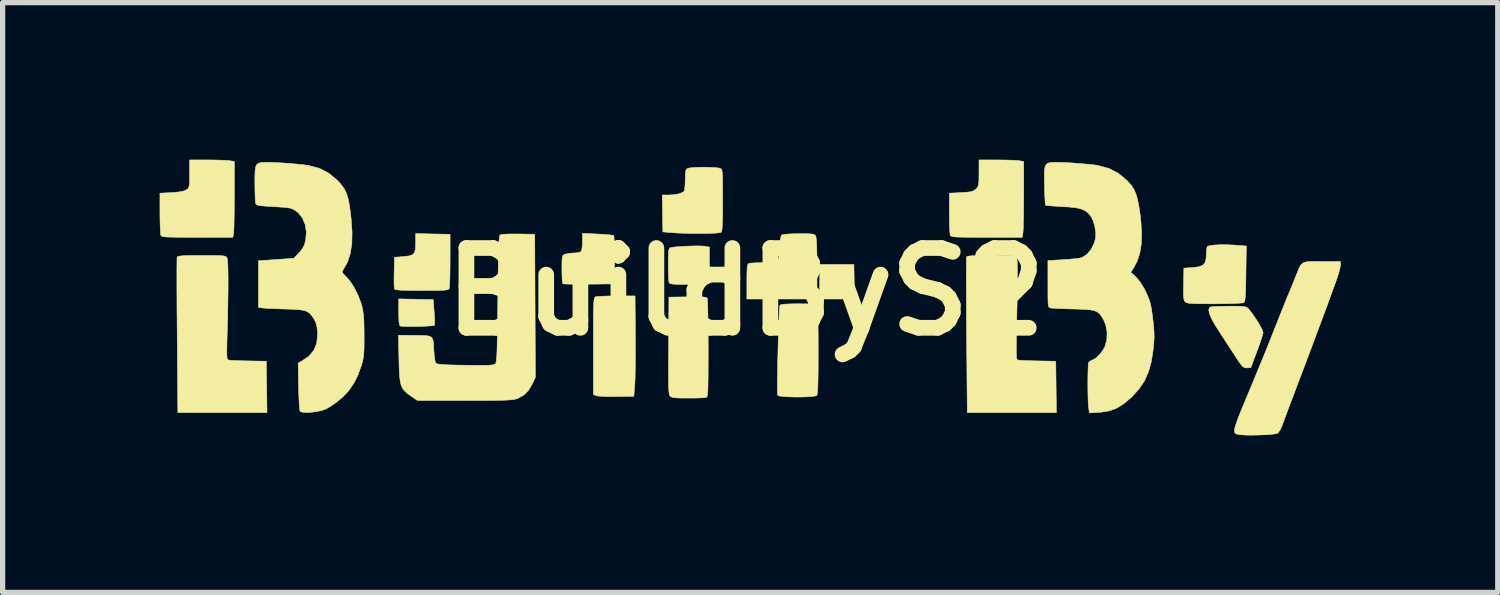
<source format=kicad_pcb>
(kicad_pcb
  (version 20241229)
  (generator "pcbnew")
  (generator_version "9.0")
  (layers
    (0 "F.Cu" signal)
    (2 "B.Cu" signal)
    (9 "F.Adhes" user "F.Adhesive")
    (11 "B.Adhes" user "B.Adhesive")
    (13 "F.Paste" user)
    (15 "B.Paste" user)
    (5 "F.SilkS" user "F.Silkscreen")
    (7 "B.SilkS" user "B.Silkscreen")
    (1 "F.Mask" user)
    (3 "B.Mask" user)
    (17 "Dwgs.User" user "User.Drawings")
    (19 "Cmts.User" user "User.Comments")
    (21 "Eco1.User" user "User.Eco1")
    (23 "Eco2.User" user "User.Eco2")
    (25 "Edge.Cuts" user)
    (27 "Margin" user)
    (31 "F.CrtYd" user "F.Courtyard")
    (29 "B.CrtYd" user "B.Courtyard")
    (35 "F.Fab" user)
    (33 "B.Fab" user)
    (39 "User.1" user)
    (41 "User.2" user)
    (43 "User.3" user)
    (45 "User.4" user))
  (footprint "BuildByS2"
    (layer "F.Cu")
    (at 11.193 2.522)
    (property "Reference" "BuildByS2" (at 0 0 0) (layer "F.SilkS") (effects (font (size 1.524 1.524) (thickness 0.3))))
    (attr through_hole)
    (fp_poly (pts (xy 2.079 0.139) (xy 1.407 0.139) (xy 1.414 -0.191) (xy 1.42 -0.52) (xy 2.067 -0.52) (xy 2.079 0.139)) (stroke (width 0.01) (type solid)) (fill yes) (layer "F.SilkS"))
    (fp_poly (pts (xy -6.298 0.144) (xy -5.969 0.15) (xy -5.95 0.389) (xy -5.943 0.489) (xy -5.941 0.572) (xy -5.942 0.627) (xy -5.946 0.643) (xy -5.974 0.649) (xy -6.037 0.654) (xy -6.126 0.659) (xy -6.229 0.662) (xy -6.337 0.664) (xy -6.438 0.664) (xy -6.523 0.662) (xy -6.581 0.659) (xy -6.598 0.655) (xy -6.612 0.632) (xy -6.622 0.575) (xy -6.626 0.479) (xy -6.627 0.39) (xy -6.627 0.137) (xy -6.298 0.144)) (stroke (width 0.01) (type solid)) (fill yes) (layer "F.SilkS"))
    (fp_poly (pts (xy -2.107 0.82) (xy -2.106 1.012) (xy -2.107 1.2) (xy -2.108 1.377) (xy -2.11 1.533) (xy -2.113 1.662) (xy -2.117 1.755) (xy -2.119 1.778) (xy -2.136 1.997) (xy -2.471 2.002) (xy -2.595 2.002) (xy -2.705 2) (xy -2.793 1.995) (xy -2.848 1.988) (xy -2.857 1.985) (xy -2.909 1.964) (xy -2.909 1.039) (xy -2.909 0.807) (xy -2.909 0.618) (xy -2.908 0.466) (xy -2.906 0.347) (xy -2.904 0.257) (xy -2.9 0.193) (xy -2.895 0.149) (xy -2.889 0.121) (xy -2.88 0.106) (xy -2.871 0.098) (xy -2.869 0.097) (xy -2.833 0.092) (xy -2.759 0.087) (xy -2.658 0.083) (xy -2.537 0.081) (xy -2.471 0.081) (xy -2.113 0.081) (xy -2.107 0.82)) (stroke (width 0.01) (type solid)) (fill yes) (layer "F.SilkS"))
    (fp_poly (pts (xy -5.975 -1.103) (xy -5.646 -1.097) (xy -5.646 -0.6) (xy -5.647 -0.451) (xy -5.649 -0.317) (xy -5.652 -0.203) (xy -5.656 -0.119) (xy -5.661 -0.07) (xy -5.663 -0.064) (xy -5.671 -0.05) (xy -5.69 -0.04) (xy -5.723 -0.033) (xy -5.777 -0.028) (xy -5.859 -0.025) (xy -5.972 -0.024) (xy -6.124 -0.023) (xy -6.188 -0.023) (xy -6.363 -0.024) (xy -6.496 -0.026) (xy -6.592 -0.029) (xy -6.656 -0.035) (xy -6.694 -0.042) (xy -6.709 -0.052) (xy -6.709 -0.053) (xy -6.713 -0.087) (xy -6.716 -0.157) (xy -6.716 -0.253) (xy -6.715 -0.365) (xy -6.714 -0.371) (xy -6.708 -0.658) (xy -6.537 -0.671) (xy -6.434 -0.683) (xy -6.367 -0.704) (xy -6.328 -0.744) (xy -6.309 -0.811) (xy -6.304 -0.914) (xy -6.304 -0.94) (xy -6.304 -1.11) (xy -5.975 -1.103)) (stroke (width 0.01) (type solid)) (fill yes) (layer "F.SilkS"))
    (fp_poly (pts (xy -0.809 -0.872) (xy -0.778 -0.868) (xy -0.693 -0.852) (xy -0.693 -0.509) (xy -0.693 -0.374) (xy -0.696 -0.278) (xy -0.701 -0.215) (xy -0.709 -0.177) (xy -0.721 -0.158) (xy -0.729 -0.153) (xy -0.764 -0.148) (xy -0.837 -0.143) (xy -0.937 -0.14) (xy -1.055 -0.139) (xy -1.108 -0.139) (xy -1.243 -0.139) (xy -1.339 -0.142) (xy -1.402 -0.147) (xy -1.44 -0.155) (xy -1.459 -0.167) (xy -1.464 -0.175) (xy -1.469 -0.211) (xy -1.473 -0.283) (xy -1.476 -0.382) (xy -1.478 -0.497) (xy -1.478 -0.519) (xy -1.477 -0.646) (xy -1.474 -0.734) (xy -1.469 -0.791) (xy -1.459 -0.823) (xy -1.445 -0.838) (xy -1.44 -0.841) (xy -1.395 -0.85) (xy -1.315 -0.858) (xy -1.213 -0.865) (xy -1.099 -0.871) (xy -0.986 -0.874) (xy -0.885 -0.874) (xy -0.809 -0.872)) (stroke (width 0.01) (type solid)) (fill yes) (layer "F.SilkS"))
    (fp_poly (pts (xy -2.826 -1.102) (xy -2.715 -1.095) (xy -2.62 -1.088) (xy -2.553 -1.081) (xy -2.521 -1.074) (xy -2.52 -1.073) (xy -2.516 -1.047) (xy -2.512 -0.981) (xy -2.508 -0.884) (xy -2.506 -0.762) (xy -2.505 -0.624) (xy -2.505 -0.604) (xy -2.505 -0.15) (xy -2.992 -0.144) (xy -3.137 -0.143) (xy -3.267 -0.143) (xy -3.374 -0.145) (xy -3.45 -0.148) (xy -3.49 -0.152) (xy -3.494 -0.153) (xy -3.5 -0.182) (xy -3.505 -0.246) (xy -3.509 -0.337) (xy -3.51 -0.432) (xy -3.509 -0.545) (xy -3.507 -0.62) (xy -3.501 -0.667) (xy -3.49 -0.693) (xy -3.472 -0.708) (xy -3.451 -0.716) (xy -3.391 -0.73) (xy -3.311 -0.738) (xy -3.282 -0.739) (xy -3.211 -0.744) (xy -3.158 -0.758) (xy -3.145 -0.767) (xy -3.13 -0.805) (xy -3.12 -0.877) (xy -3.117 -0.955) (xy -3.117 -1.115) (xy -2.826 -1.102)) (stroke (width 0.01) (type solid)) (fill yes) (layer "F.SilkS"))
    (fp_poly (pts (xy 1.143 -1.108) (xy 1.227 -1.105) (xy 1.281 -1.1) (xy 1.313 -1.09) (xy 1.331 -1.075) (xy 1.338 -1.064) (xy 1.346 -1.026) (xy 1.353 -0.946) (xy 1.358 -0.828) (xy 1.361 -0.676) (xy 1.362 -0.494) (xy 1.362 -0.44) (xy 1.362 0.139) (xy 0.023 0.139) (xy 0.023 -0.194) (xy 0.024 -0.327) (xy 0.026 -0.421) (xy 0.031 -0.482) (xy 0.04 -0.518) (xy 0.052 -0.536) (xy 0.06 -0.54) (xy 0.097 -0.546) (xy 0.169 -0.551) (xy 0.264 -0.554) (xy 0.331 -0.555) (xy 0.434 -0.557) (xy 0.521 -0.562) (xy 0.581 -0.571) (xy 0.6 -0.577) (xy 0.618 -0.602) (xy 0.632 -0.656) (xy 0.642 -0.745) (xy 0.647 -0.832) (xy 0.656 -0.95) (xy 0.667 -1.029) (xy 0.682 -1.073) (xy 0.693 -1.086) (xy 0.728 -1.094) (xy 0.8 -1.101) (xy 0.897 -1.106) (xy 1.01 -1.108) (xy 1.021 -1.108) (xy 1.143 -1.108)) (stroke (width 0.01) (type solid)) (fill yes) (layer "F.SilkS"))
    (fp_poly (pts (xy -10.281 -2.517) (xy -10.153 -2.516) (xy -10.033 -2.513) (xy -9.935 -2.509) (xy -9.868 -2.504) (xy -9.854 -2.502) (xy -9.767 -2.488) (xy -9.767 -1.836) (xy -9.768 -1.663) (xy -9.769 -1.502) (xy -9.772 -1.36) (xy -9.774 -1.244) (xy -9.778 -1.159) (xy -9.782 -1.113) (xy -9.782 -1.111) (xy -9.796 -1.039) (xy -10.475 -1.039) (xy -10.671 -1.039) (xy -10.826 -1.04) (xy -10.944 -1.042) (xy -11.031 -1.044) (xy -11.092 -1.048) (xy -11.131 -1.054) (xy -11.155 -1.062) (xy -11.167 -1.072) (xy -11.171 -1.079) (xy -11.177 -1.115) (xy -11.181 -1.189) (xy -11.185 -1.291) (xy -11.187 -1.413) (xy -11.188 -1.501) (xy -11.188 -1.882) (xy -10.967 -1.893) (xy -10.839 -1.904) (xy -10.749 -1.919) (xy -10.69 -1.942) (xy -10.684 -1.946) (xy -10.657 -1.965) (xy -10.64 -1.987) (xy -10.629 -2.02) (xy -10.624 -2.073) (xy -10.622 -2.157) (xy -10.622 -2.252) (xy -10.622 -2.517) (xy -10.281 -2.517)) (stroke (width 0.01) (type solid)) (fill yes) (layer "F.SilkS"))
    (fp_poly (pts (xy 9.192 -0.897) (xy 9.325 -0.891) (xy 9.339 -0.89) (xy 9.563 -0.873) (xy 9.555 -0.343) (xy 9.553 -0.169) (xy 9.549 -0.035) (xy 9.545 0.063) (xy 9.539 0.132) (xy 9.532 0.175) (xy 9.522 0.2) (xy 9.513 0.208) (xy 9.481 0.215) (xy 9.409 0.22) (xy 9.306 0.225) (xy 9.177 0.228) (xy 9.03 0.23) (xy 8.955 0.231) (xy 8.783 0.23) (xy 8.651 0.229) (xy 8.553 0.226) (xy 8.485 0.222) (xy 8.439 0.215) (xy 8.411 0.205) (xy 8.395 0.194) (xy 8.379 0.171) (xy 8.369 0.135) (xy 8.364 0.077) (xy 8.362 -0.011) (xy 8.364 -0.137) (xy 8.364 -0.147) (xy 8.37 -0.45) (xy 8.54 -0.462) (xy 8.654 -0.476) (xy 8.729 -0.504) (xy 8.773 -0.553) (xy 8.794 -0.631) (xy 8.798 -0.717) (xy 8.802 -0.792) (xy 8.812 -0.847) (xy 8.822 -0.867) (xy 8.871 -0.882) (xy 8.955 -0.892) (xy 9.066 -0.897) (xy 9.192 -0.897)) (stroke (width 0.01) (type solid)) (fill yes) (layer "F.SilkS"))
    (fp_poly (pts (xy -0.859 0.097) (xy -0.79 0.102) (xy -0.75 0.111) (xy -0.735 0.121) (xy -0.731 0.149) (xy -0.727 0.219) (xy -0.724 0.325) (xy -0.721 0.462) (xy -0.719 0.625) (xy -0.717 0.808) (xy -0.716 1.008) (xy -0.716 1.077) (xy -0.716 1.31) (xy -0.717 1.502) (xy -0.718 1.655) (xy -0.72 1.775) (xy -0.722 1.865) (xy -0.726 1.93) (xy -0.731 1.973) (xy -0.738 2) (xy -0.746 2.014) (xy -0.752 2.018) (xy -0.788 2.023) (xy -0.86 2.028) (xy -0.959 2.031) (xy -1.074 2.032) (xy -1.097 2.032) (xy -1.228 2.031) (xy -1.321 2.028) (xy -1.382 2.021) (xy -1.421 2.01) (xy -1.442 1.995) (xy -1.451 1.982) (xy -1.458 1.959) (xy -1.464 1.923) (xy -1.469 1.868) (xy -1.472 1.792) (xy -1.474 1.688) (xy -1.474 1.554) (xy -1.474 1.385) (xy -1.473 1.177) (xy -1.472 1.031) (xy -1.466 0.104) (xy -1.11 0.098) (xy -0.964 0.096) (xy -0.859 0.097)) (stroke (width 0.01) (type solid)) (fill yes) (layer "F.SilkS"))
    (fp_poly (pts (xy 4.695 -0.687) (xy 5.16 -0.681) (xy 5.181 -0.621) (xy 5.186 -0.582) (xy 5.189 -0.501) (xy 5.19 -0.381) (xy 5.19 -0.225) (xy 5.189 -0.037) (xy 5.185 0.179) (xy 5.181 0.367) (xy 5.176 0.598) (xy 5.172 0.788) (xy 5.17 0.939) (xy 5.169 1.057) (xy 5.169 1.146) (xy 5.171 1.211) (xy 5.174 1.254) (xy 5.18 1.281) (xy 5.187 1.296) (xy 5.197 1.303) (xy 5.207 1.306) (xy 5.246 1.31) (xy 5.321 1.314) (xy 5.424 1.318) (xy 5.543 1.321) (xy 5.588 1.322) (xy 5.923 1.328) (xy 5.935 2.309) (xy 4.233 2.309) (xy 4.22 0.839) (xy 4.218 0.582) (xy 4.216 0.338) (xy 4.215 0.112) (xy 4.215 -0.093) (xy 4.214 -0.273) (xy 4.215 -0.424) (xy 4.215 -0.541) (xy 4.217 -0.621) (xy 4.219 -0.66) (xy 4.219 -0.663) (xy 4.232 -0.673) (xy 4.264 -0.681) (xy 4.321 -0.686) (xy 4.409 -0.689) (xy 4.532 -0.689) (xy 4.695 -0.687)) (stroke (width 0.01) (type solid)) (fill yes) (layer "F.SilkS"))
    (fp_poly (pts (xy 4.797 -2.517) (xy 4.926 -2.516) (xy 5.045 -2.513) (xy 5.144 -2.509) (xy 5.211 -2.504) (xy 5.224 -2.502) (xy 5.311 -2.488) (xy 5.311 -1.85) (xy 5.31 -1.678) (xy 5.309 -1.518) (xy 5.306 -1.375) (xy 5.303 -1.258) (xy 5.3 -1.172) (xy 5.296 -1.126) (xy 5.296 -1.126) (xy 5.282 -1.039) (xy 4.603 -1.039) (xy 4.407 -1.039) (xy 4.253 -1.04) (xy 4.134 -1.042) (xy 4.047 -1.044) (xy 3.987 -1.048) (xy 3.947 -1.054) (xy 3.924 -1.062) (xy 3.911 -1.072) (xy 3.907 -1.079) (xy 3.902 -1.115) (xy 3.897 -1.189) (xy 3.893 -1.291) (xy 3.891 -1.413) (xy 3.891 -1.501) (xy 3.891 -1.882) (xy 4.114 -1.893) (xy 4.221 -1.9) (xy 4.294 -1.909) (xy 4.342 -1.923) (xy 4.378 -1.944) (xy 4.397 -1.961) (xy 4.423 -1.988) (xy 4.44 -2.017) (xy 4.45 -2.058) (xy 4.455 -2.121) (xy 4.456 -2.216) (xy 4.457 -2.267) (xy 4.457 -2.517) (xy 4.797 -2.517)) (stroke (width 0.01) (type solid)) (fill yes) (layer "F.SilkS"))
    (fp_poly (pts (xy -0.686 -2.376) (xy -0.589 -2.371) (xy -0.517 -2.363) (xy -0.483 -2.354) (xy -0.47 -2.345) (xy -0.459 -2.329) (xy -0.451 -2.301) (xy -0.446 -2.256) (xy -0.442 -2.189) (xy -0.44 -2.092) (xy -0.439 -1.962) (xy -0.439 -1.793) (xy -0.439 -1.747) (xy -0.439 -1.549) (xy -0.442 -1.394) (xy -0.446 -1.278) (xy -0.451 -1.199) (xy -0.459 -1.152) (xy -0.466 -1.136) (xy -0.498 -1.127) (xy -0.568 -1.12) (xy -0.667 -1.115) (xy -0.789 -1.112) (xy -0.925 -1.112) (xy -1.066 -1.113) (xy -1.205 -1.117) (xy -1.334 -1.123) (xy -1.432 -1.13) (xy -1.582 -1.143) (xy -1.588 -1.495) (xy -1.594 -1.847) (xy -1.472 -1.847) (xy -1.362 -1.854) (xy -1.267 -1.872) (xy -1.199 -1.9) (xy -1.174 -1.922) (xy -1.165 -1.958) (xy -1.159 -2.026) (xy -1.155 -2.115) (xy -1.155 -2.141) (xy -1.153 -2.237) (xy -1.148 -2.297) (xy -1.135 -2.332) (xy -1.115 -2.352) (xy -1.11 -2.354) (xy -1.07 -2.364) (xy -0.995 -2.372) (xy -0.896 -2.377) (xy -0.797 -2.378) (xy -0.686 -2.376)) (stroke (width 0.01) (type solid)) (fill yes) (layer "F.SilkS"))
    (fp_poly (pts (xy 9.366 0.277) (xy 9.456 0.279) (xy 9.517 0.284) (xy 9.556 0.292) (xy 9.582 0.306) (xy 9.604 0.327) (xy 9.612 0.336) (xy 9.666 0.404) (xy 9.725 0.489) (xy 9.783 0.578) (xy 9.833 0.663) (xy 9.868 0.732) (xy 9.883 0.776) (xy 9.883 0.778) (xy 9.875 0.817) (xy 9.853 0.89) (xy 9.821 0.987) (xy 9.781 1.098) (xy 9.767 1.134) (xy 9.726 1.244) (xy 9.691 1.337) (xy 9.666 1.407) (xy 9.653 1.443) (xy 9.652 1.447) (xy 9.632 1.452) (xy 9.582 1.455) (xy 9.574 1.455) (xy 9.541 1.453) (xy 9.512 1.442) (xy 9.482 1.417) (xy 9.446 1.372) (xy 9.396 1.3) (xy 9.328 1.195) (xy 9.256 1.084) (xy 9.185 0.975) (xy 9.122 0.879) (xy 9.076 0.809) (xy 9.076 0.808) (xy 8.972 0.646) (xy 8.9 0.517) (xy 8.858 0.417) (xy 8.845 0.347) (xy 8.861 0.304) (xy 8.88 0.291) (xy 8.916 0.286) (xy 8.988 0.282) (xy 9.087 0.279) (xy 9.204 0.277) (xy 9.238 0.277) (xy 9.366 0.277)) (stroke (width 0.01) (type solid)) (fill yes) (layer "F.SilkS"))
    (fp_poly (pts (xy -10.232 -0.692) (xy -10.115 -0.691) (xy -10.032 -0.689) (xy -9.976 -0.684) (xy -9.941 -0.677) (xy -9.921 -0.666) (xy -9.909 -0.652) (xy -9.907 -0.648) (xy -9.898 -0.607) (xy -9.892 -0.522) (xy -9.888 -0.396) (xy -9.886 -0.23) (xy -9.887 -0.027) (xy -9.89 0.21) (xy -9.895 0.481) (xy -9.903 0.78) (xy -9.908 0.947) (xy -9.91 1.074) (xy -9.911 1.165) (xy -9.909 1.228) (xy -9.905 1.268) (xy -9.897 1.29) (xy -9.886 1.301) (xy -9.871 1.306) (xy -9.832 1.31) (xy -9.757 1.314) (xy -9.655 1.318) (xy -9.535 1.321) (xy -9.49 1.322) (xy -9.156 1.328) (xy -9.149 1.818) (xy -9.143 2.309) (xy -10.846 2.309) (xy -10.858 0.839) (xy -10.86 0.582) (xy -10.862 0.338) (xy -10.863 0.112) (xy -10.864 -0.093) (xy -10.864 -0.273) (xy -10.864 -0.423) (xy -10.863 -0.541) (xy -10.862 -0.621) (xy -10.86 -0.659) (xy -10.86 -0.662) (xy -10.846 -0.673) (xy -10.81 -0.681) (xy -10.747 -0.687) (xy -10.652 -0.691) (xy -10.52 -0.692) (xy -10.389 -0.693) (xy -10.232 -0.692)) (stroke (width 0.01) (type solid)) (fill yes) (layer "F.SilkS"))
    (fp_poly (pts (xy 1.15 0.232) (xy 1.246 0.234) (xy 1.31 0.239) (xy 1.347 0.247) (xy 1.366 0.259) (xy 1.371 0.267) (xy 1.375 0.298) (xy 1.378 0.37) (xy 1.38 0.477) (xy 1.382 0.613) (xy 1.384 0.774) (xy 1.385 0.954) (xy 1.385 1.129) (xy 1.385 1.364) (xy 1.384 1.556) (xy 1.381 1.708) (xy 1.378 1.823) (xy 1.373 1.905) (xy 1.366 1.956) (xy 1.359 1.98) (xy 1.358 1.981) (xy 1.324 1.993) (xy 1.255 2.002) (xy 1.161 2.008) (xy 1.052 2.011) (xy 0.937 2.011) (xy 0.826 2.008) (xy 0.729 2.002) (xy 0.656 1.993) (xy 0.615 1.982) (xy 0.61 1.977) (xy 0.607 1.946) (xy 0.606 1.874) (xy 0.606 1.77) (xy 0.607 1.639) (xy 0.609 1.488) (xy 0.612 1.323) (xy 0.617 1.151) (xy 0.621 0.977) (xy 0.626 0.809) (xy 0.632 0.652) (xy 0.637 0.513) (xy 0.642 0.398) (xy 0.648 0.314) (xy 0.652 0.267) (xy 0.654 0.26) (xy 0.677 0.247) (xy 0.73 0.239) (xy 0.819 0.234) (xy 0.947 0.231) (xy 1.015 0.231) (xy 1.15 0.232)) (stroke (width 0.01) (type solid)) (fill yes) (layer "F.SilkS"))
    (fp_poly (pts (xy 11.003 -0.577) (xy 11.361 -0.577) (xy 11.36 -0.502) (xy 11.352 -0.451) (xy 11.331 -0.368) (xy 11.299 -0.267) (xy 11.266 -0.173) (xy 11.223 -0.057) (xy 11.181 0.057) (xy 11.146 0.155) (xy 11.127 0.208) (xy 11.095 0.295) (xy 11.055 0.402) (xy 11.016 0.507) (xy 11.016 0.508) (xy 10.978 0.609) (xy 10.931 0.732) (xy 10.884 0.858) (xy 10.864 0.912) (xy 10.819 1.034) (xy 10.769 1.167) (xy 10.712 1.318) (xy 10.646 1.494) (xy 10.567 1.702) (xy 10.512 1.847) (xy 10.466 1.971) (xy 10.414 2.106) (xy 10.367 2.23) (xy 10.355 2.263) (xy 10.316 2.367) (xy 10.278 2.469) (xy 10.248 2.552) (xy 10.242 2.569) (xy 10.209 2.639) (xy 10.172 2.691) (xy 10.154 2.705) (xy 10.112 2.715) (xy 10.034 2.725) (xy 9.931 2.732) (xy 9.815 2.737) (xy 9.695 2.739) (xy 9.583 2.739) (xy 9.49 2.735) (xy 9.433 2.729) (xy 9.396 2.722) (xy 9.367 2.714) (xy 9.347 2.7) (xy 9.337 2.676) (xy 9.337 2.639) (xy 9.348 2.585) (xy 9.372 2.509) (xy 9.409 2.408) (xy 9.46 2.278) (xy 9.527 2.116) (xy 9.61 1.917) (xy 9.663 1.79) (xy 9.753 1.573) (xy 9.832 1.381) (xy 9.906 1.201) (xy 9.98 1.018) (xy 10.06 0.816) (xy 10.127 0.647) (xy 10.187 0.496) (xy 10.245 0.352) (xy 10.296 0.224) (xy 10.339 0.118) (xy 10.37 0.043) (xy 10.378 0.023) (xy 10.414 -0.062) (xy 10.457 -0.168) (xy 10.5 -0.275) (xy 10.506 -0.289) (xy 10.547 -0.394) (xy 10.579 -0.47) (xy 10.612 -0.522) (xy 10.653 -0.554) (xy 10.709 -0.57) (xy 10.79 -0.577) (xy 10.904 -0.578) (xy 11.003 -0.577)) (stroke (width 0.01) (type solid)) (fill yes) (layer "F.SilkS"))
    (fp_poly (pts (xy -4.341 -1.103) (xy -4.029 -1.097) (xy -4.023 0.27) (xy -4.017 1.637) (xy -4.077 1.762) (xy -4.15 1.887) (xy -4.238 1.975) (xy -4.351 2.037) (xy -4.359 2.04) (xy -4.389 2.05) (xy -4.427 2.058) (xy -4.478 2.064) (xy -4.545 2.069) (xy -4.635 2.073) (xy -4.751 2.075) (xy -4.898 2.077) (xy -5.081 2.077) (xy -5.304 2.078) (xy -5.363 2.077) (xy -6.269 2.077) (xy -6.396 1.991) (xy -6.464 1.942) (xy -6.516 1.895) (xy -6.555 1.842) (xy -6.583 1.777) (xy -6.601 1.693) (xy -6.613 1.583) (xy -6.619 1.439) (xy -6.623 1.276) (xy -6.632 0.831) (xy -6.358 0.834) (xy -6.216 0.835) (xy -6.114 0.838) (xy -6.044 0.849) (xy -6.001 0.871) (xy -5.976 0.909) (xy -5.965 0.968) (xy -5.96 1.051) (xy -5.957 1.103) (xy -5.948 1.225) (xy -5.936 1.313) (xy -5.92 1.362) (xy -5.916 1.367) (xy -5.893 1.378) (xy -5.844 1.386) (xy -5.765 1.393) (xy -5.651 1.398) (xy -5.499 1.402) (xy -5.348 1.404) (xy -5.175 1.406) (xy -5.043 1.406) (xy -4.945 1.405) (xy -4.876 1.402) (xy -4.83 1.397) (xy -4.801 1.389) (xy -4.783 1.377) (xy -4.778 1.372) (xy -4.77 1.356) (xy -4.764 1.325) (xy -4.758 1.276) (xy -4.753 1.206) (xy -4.749 1.11) (xy -4.746 0.985) (xy -4.742 0.828) (xy -4.739 0.636) (xy -4.736 0.404) (xy -4.734 0.134) (xy -4.731 -0.136) (xy -4.728 -0.363) (xy -4.725 -0.552) (xy -4.722 -0.705) (xy -4.719 -0.826) (xy -4.715 -0.919) (xy -4.711 -0.987) (xy -4.705 -1.035) (xy -4.699 -1.065) (xy -4.692 -1.082) (xy -4.687 -1.086) (xy -4.652 -1.094) (xy -4.581 -1.1) (xy -4.483 -1.103) (xy -4.367 -1.103) (xy -4.341 -1.103)) (stroke (width 0.01) (type solid)) (fill yes) (layer "F.SilkS"))
    (fp_poly (pts (xy -9.006 -2.468) (xy -8.871 -2.461) (xy -8.723 -2.451) (xy -8.577 -2.438) (xy -8.447 -2.425) (xy -8.348 -2.412) (xy -8.347 -2.411) (xy -8.141 -2.356) (xy -7.957 -2.26) (xy -7.794 -2.123) (xy -7.776 -2.104) (xy -7.713 -2.03) (xy -7.664 -1.959) (xy -7.626 -1.88) (xy -7.596 -1.786) (xy -7.572 -1.669) (xy -7.551 -1.52) (xy -7.537 -1.399) (xy -7.518 -1.14) (xy -7.523 -0.917) (xy -7.553 -0.725) (xy -7.608 -0.56) (xy -7.688 -0.419) (xy -7.694 -0.411) (xy -7.706 -0.384) (xy -7.695 -0.354) (xy -7.656 -0.31) (xy -7.628 -0.284) (xy -7.551 -0.194) (xy -7.474 -0.071) (xy -7.403 0.071) (xy -7.346 0.221) (xy -7.329 0.279) (xy -7.313 0.354) (xy -7.301 0.441) (xy -7.293 0.551) (xy -7.289 0.692) (xy -7.288 0.831) (xy -7.288 0.984) (xy -7.29 1.099) (xy -7.295 1.188) (xy -7.303 1.26) (xy -7.316 1.325) (xy -7.335 1.392) (xy -7.34 1.408) (xy -7.405 1.59) (xy -7.481 1.742) (xy -7.575 1.88) (xy -7.59 1.899) (xy -7.692 2.007) (xy -7.817 2.112) (xy -7.948 2.201) (xy -8.033 2.246) (xy -8.109 2.271) (xy -8.202 2.29) (xy -8.3 2.303) (xy -8.392 2.307) (xy -8.465 2.302) (xy -8.507 2.288) (xy -8.512 2.283) (xy -8.518 2.251) (xy -8.525 2.18) (xy -8.531 2.079) (xy -8.536 1.955) (xy -8.54 1.815) (xy -8.54 1.807) (xy -8.548 1.363) (xy -8.474 1.322) (xy -8.34 1.23) (xy -8.248 1.119) (xy -8.194 0.986) (xy -8.177 0.827) (xy -8.178 0.775) (xy -8.189 0.67) (xy -8.21 0.591) (xy -8.246 0.52) (xy -8.25 0.514) (xy -8.291 0.454) (xy -8.331 0.409) (xy -8.377 0.378) (xy -8.438 0.357) (xy -8.521 0.344) (xy -8.634 0.336) (xy -8.785 0.331) (xy -8.792 0.331) (xy -8.923 0.327) (xy -9.044 0.322) (xy -9.143 0.317) (xy -9.211 0.312) (xy -9.231 0.31) (xy -9.306 0.298) (xy -9.306 -0.591) (xy -8.967 -0.615) (xy -8.629 -0.639) (xy -8.531 -0.743) (xy -8.465 -0.823) (xy -8.426 -0.902) (xy -8.405 -0.982) (xy -8.391 -1.135) (xy -8.413 -1.28) (xy -8.466 -1.408) (xy -8.548 -1.51) (xy -8.609 -1.555) (xy -8.642 -1.574) (xy -8.672 -1.588) (xy -8.706 -1.598) (xy -8.753 -1.605) (xy -8.821 -1.612) (xy -8.919 -1.619) (xy -9.053 -1.627) (xy -9.067 -1.628) (xy -9.185 -1.635) (xy -9.265 -1.643) (xy -9.315 -1.651) (xy -9.343 -1.664) (xy -9.357 -1.681) (xy -9.361 -1.694) (xy -9.366 -1.734) (xy -9.37 -1.811) (xy -9.373 -1.914) (xy -9.374 -2.033) (xy -9.375 -2.071) (xy -9.374 -2.215) (xy -9.37 -2.32) (xy -9.358 -2.391) (xy -9.333 -2.435) (xy -9.292 -2.459) (xy -9.23 -2.469) (xy -9.144 -2.471) (xy -9.113 -2.471) (xy -9.006 -2.468)) (stroke (width 0.01) (type solid)) (fill yes) (layer "F.SilkS"))
    (fp_poly (pts (xy 6.072 -2.468) (xy 6.207 -2.461) (xy 6.355 -2.451) (xy 6.501 -2.438) (xy 6.631 -2.425) (xy 6.73 -2.412) (xy 6.731 -2.411) (xy 6.938 -2.355) (xy 7.122 -2.259) (xy 7.285 -2.123) (xy 7.3 -2.106) (xy 7.372 -2.023) (xy 7.42 -1.949) (xy 7.455 -1.864) (xy 7.475 -1.799) (xy 7.497 -1.705) (xy 7.519 -1.582) (xy 7.538 -1.448) (xy 7.55 -1.339) (xy 7.563 -1.106) (xy 7.556 -0.907) (xy 7.528 -0.735) (xy 7.478 -0.584) (xy 7.404 -0.444) (xy 7.397 -0.434) (xy 7.356 -0.371) (xy 7.452 -0.283) (xy 7.529 -0.193) (xy 7.607 -0.068) (xy 7.643 0.003) (xy 7.683 0.091) (xy 7.713 0.167) (xy 7.734 0.245) (xy 7.752 0.338) (xy 7.769 0.459) (xy 7.776 0.515) (xy 7.792 0.657) (xy 7.8 0.769) (xy 7.802 0.868) (xy 7.797 0.97) (xy 7.785 1.091) (xy 7.785 1.097) (xy 7.749 1.331) (xy 7.694 1.53) (xy 7.617 1.704) (xy 7.512 1.859) (xy 7.377 2.007) (xy 7.356 2.027) (xy 7.216 2.144) (xy 7.083 2.226) (xy 6.945 2.276) (xy 6.788 2.301) (xy 6.758 2.303) (xy 6.565 2.315) (xy 6.55 2.205) (xy 6.544 2.138) (xy 6.54 2.043) (xy 6.537 1.929) (xy 6.536 1.804) (xy 6.536 1.679) (xy 6.538 1.562) (xy 6.541 1.461) (xy 6.545 1.388) (xy 6.551 1.35) (xy 6.552 1.348) (xy 6.587 1.321) (xy 6.621 1.306) (xy 6.687 1.269) (xy 6.759 1.202) (xy 6.823 1.118) (xy 6.861 1.051) (xy 6.898 0.919) (xy 6.903 0.774) (xy 6.877 0.632) (xy 6.84 0.545) (xy 6.8 0.475) (xy 6.762 0.424) (xy 6.718 0.387) (xy 6.661 0.362) (xy 6.584 0.347) (xy 6.478 0.338) (xy 6.338 0.332) (xy 6.265 0.33) (xy 6.132 0.327) (xy 6.012 0.322) (xy 5.915 0.317) (xy 5.848 0.313) (xy 5.825 0.31) (xy 5.807 0.305) (xy 5.794 0.295) (xy 5.784 0.273) (xy 5.778 0.234) (xy 5.775 0.171) (xy 5.773 0.077) (xy 5.773 -0.052) (xy 5.773 -0.148) (xy 5.773 -0.595) (xy 6.067 -0.612) (xy 6.184 -0.62) (xy 6.289 -0.63) (xy 6.37 -0.64) (xy 6.418 -0.65) (xy 6.419 -0.651) (xy 6.516 -0.71) (xy 6.597 -0.806) (xy 6.657 -0.928) (xy 6.683 -1.023) (xy 6.687 -1.13) (xy 6.668 -1.252) (xy 6.632 -1.367) (xy 6.596 -1.436) (xy 6.547 -1.498) (xy 6.489 -1.545) (xy 6.415 -1.579) (xy 6.318 -1.602) (xy 6.189 -1.617) (xy 6.056 -1.625) (xy 5.94 -1.632) (xy 5.841 -1.639) (xy 5.768 -1.646) (xy 5.731 -1.652) (xy 5.728 -1.654) (xy 5.723 -1.68) (xy 5.718 -1.744) (xy 5.713 -1.838) (xy 5.709 -1.954) (xy 5.708 -2.031) (xy 5.705 -2.183) (xy 5.706 -2.296) (xy 5.715 -2.374) (xy 5.735 -2.425) (xy 5.77 -2.454) (xy 5.822 -2.467) (xy 5.897 -2.471) (xy 5.965 -2.471) (xy 6.072 -2.468)) (stroke (width 0.01) (type solid)) (fill yes) (layer "F.SilkS")))
  (gr_rect
    (start -3 -3)
    (end 25.558 8.266)
    (stroke (width 0.1) (type default))
    (fill no)
    (layer "Edge.Cuts")))
</source>
